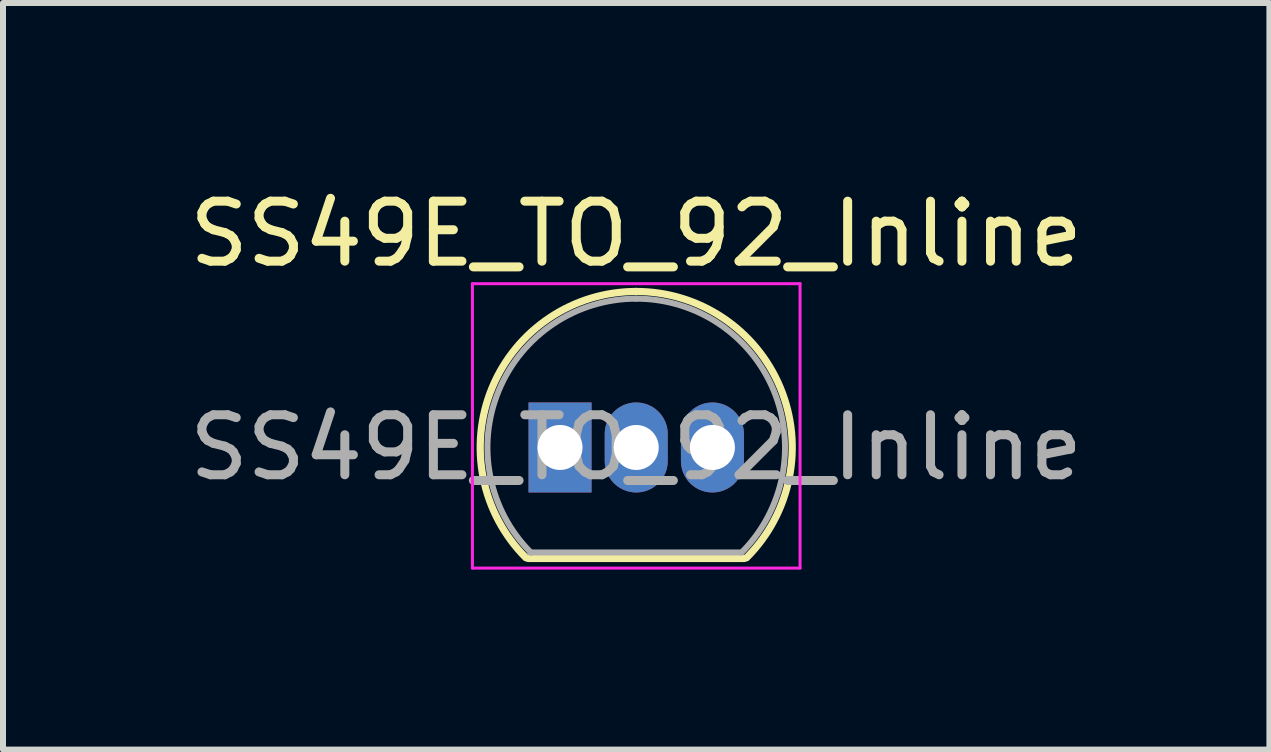
<source format=kicad_pcb>
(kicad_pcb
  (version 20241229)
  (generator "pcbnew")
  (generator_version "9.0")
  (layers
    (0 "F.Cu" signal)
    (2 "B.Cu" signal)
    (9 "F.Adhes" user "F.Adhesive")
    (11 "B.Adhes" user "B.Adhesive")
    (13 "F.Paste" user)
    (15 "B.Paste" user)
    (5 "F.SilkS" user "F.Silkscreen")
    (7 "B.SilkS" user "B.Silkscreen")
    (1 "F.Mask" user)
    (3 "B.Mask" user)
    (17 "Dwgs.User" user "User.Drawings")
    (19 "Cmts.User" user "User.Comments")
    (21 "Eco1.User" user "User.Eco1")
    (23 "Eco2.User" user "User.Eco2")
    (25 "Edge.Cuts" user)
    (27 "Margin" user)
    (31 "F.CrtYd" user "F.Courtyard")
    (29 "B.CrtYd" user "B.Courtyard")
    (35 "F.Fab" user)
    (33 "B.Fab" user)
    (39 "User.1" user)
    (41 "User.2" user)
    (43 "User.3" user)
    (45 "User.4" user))
  (footprint "SS49E_TO_92_Inline"
    (layer "F.Cu")
    (at 6.284 4.408)
    (property "Reference" "SS49E_TO_92_Inline" (at 1.27 -3.56 0) (layer "F.SilkS") (effects (font (size 1 1) (thickness 0.15))))
    (attr through_hole)
    (fp_line (start -0.53 1.85) (end 3.07 1.85) (stroke (width 0.12) (type solid)) (layer "F.SilkS"))
    (fp_arc (start -0.568478 1.838478) (mid -1.132087 -0.994977) (end 1.27 -2.6) (stroke (width 0.12) (type solid)) (layer "F.SilkS"))
    (fp_arc (start 1.27 -2.6) (mid 3.672087 -0.994977) (end 3.108478 1.838478) (stroke (width 0.12) (type solid)) (layer "F.SilkS"))
    (fp_line (start -1.46 -2.73) (end -1.46 2.01) (stroke (width 0.05) (type solid)) (layer "F.CrtYd"))
    (fp_line (start -1.46 -2.73) (end 4 -2.73) (stroke (width 0.05) (type solid)) (layer "F.CrtYd"))
    (fp_line (start 4 2.01) (end -1.46 2.01) (stroke (width 0.05) (type solid)) (layer "F.CrtYd"))
    (fp_line (start 4 2.01) (end 4 -2.73) (stroke (width 0.05) (type solid)) (layer "F.CrtYd"))
    (fp_line (start -0.5 1.75) (end 3 1.75) (stroke (width 0.1) (type solid)) (layer "F.Fab"))
    (fp_arc (start -0.483625 1.753625) (mid -1.021221 -0.949055) (end 1.27 -2.48) (stroke (width 0.1) (type solid)) (layer "F.Fab"))
    (fp_arc (start 1.27 -2.48) (mid 3.561221 -0.949055) (end 3.023625 1.753625) (stroke (width 0.1) (type solid)) (layer "F.Fab"))
    (fp_text user "${REFERENCE}" (at 1.27 0 0) (layer "F.Fab") (effects (font (size 1 1) (thickness 0.15))))
    (pad "1" thru_hole oval (at 2.54 0) (size 1.05 1.5) (drill 0.75) (layers "*.Cu" "*.Mask"))
    (pad "2" thru_hole oval (at 1.27 0) (size 1.05 1.5) (drill 0.75) (layers "*.Cu" "*.Mask"))
    (pad "3" thru_hole rect (at 0 0) (size 1.05 1.5) (drill 0.75) (layers "*.Cu" "*.Mask")))
  (gr_rect
    (start -3 -3)
    (end 18.107 9.443)
    (stroke (width 0.1) (type default))
    (fill no)
    (layer "Edge.Cuts")))
</source>
